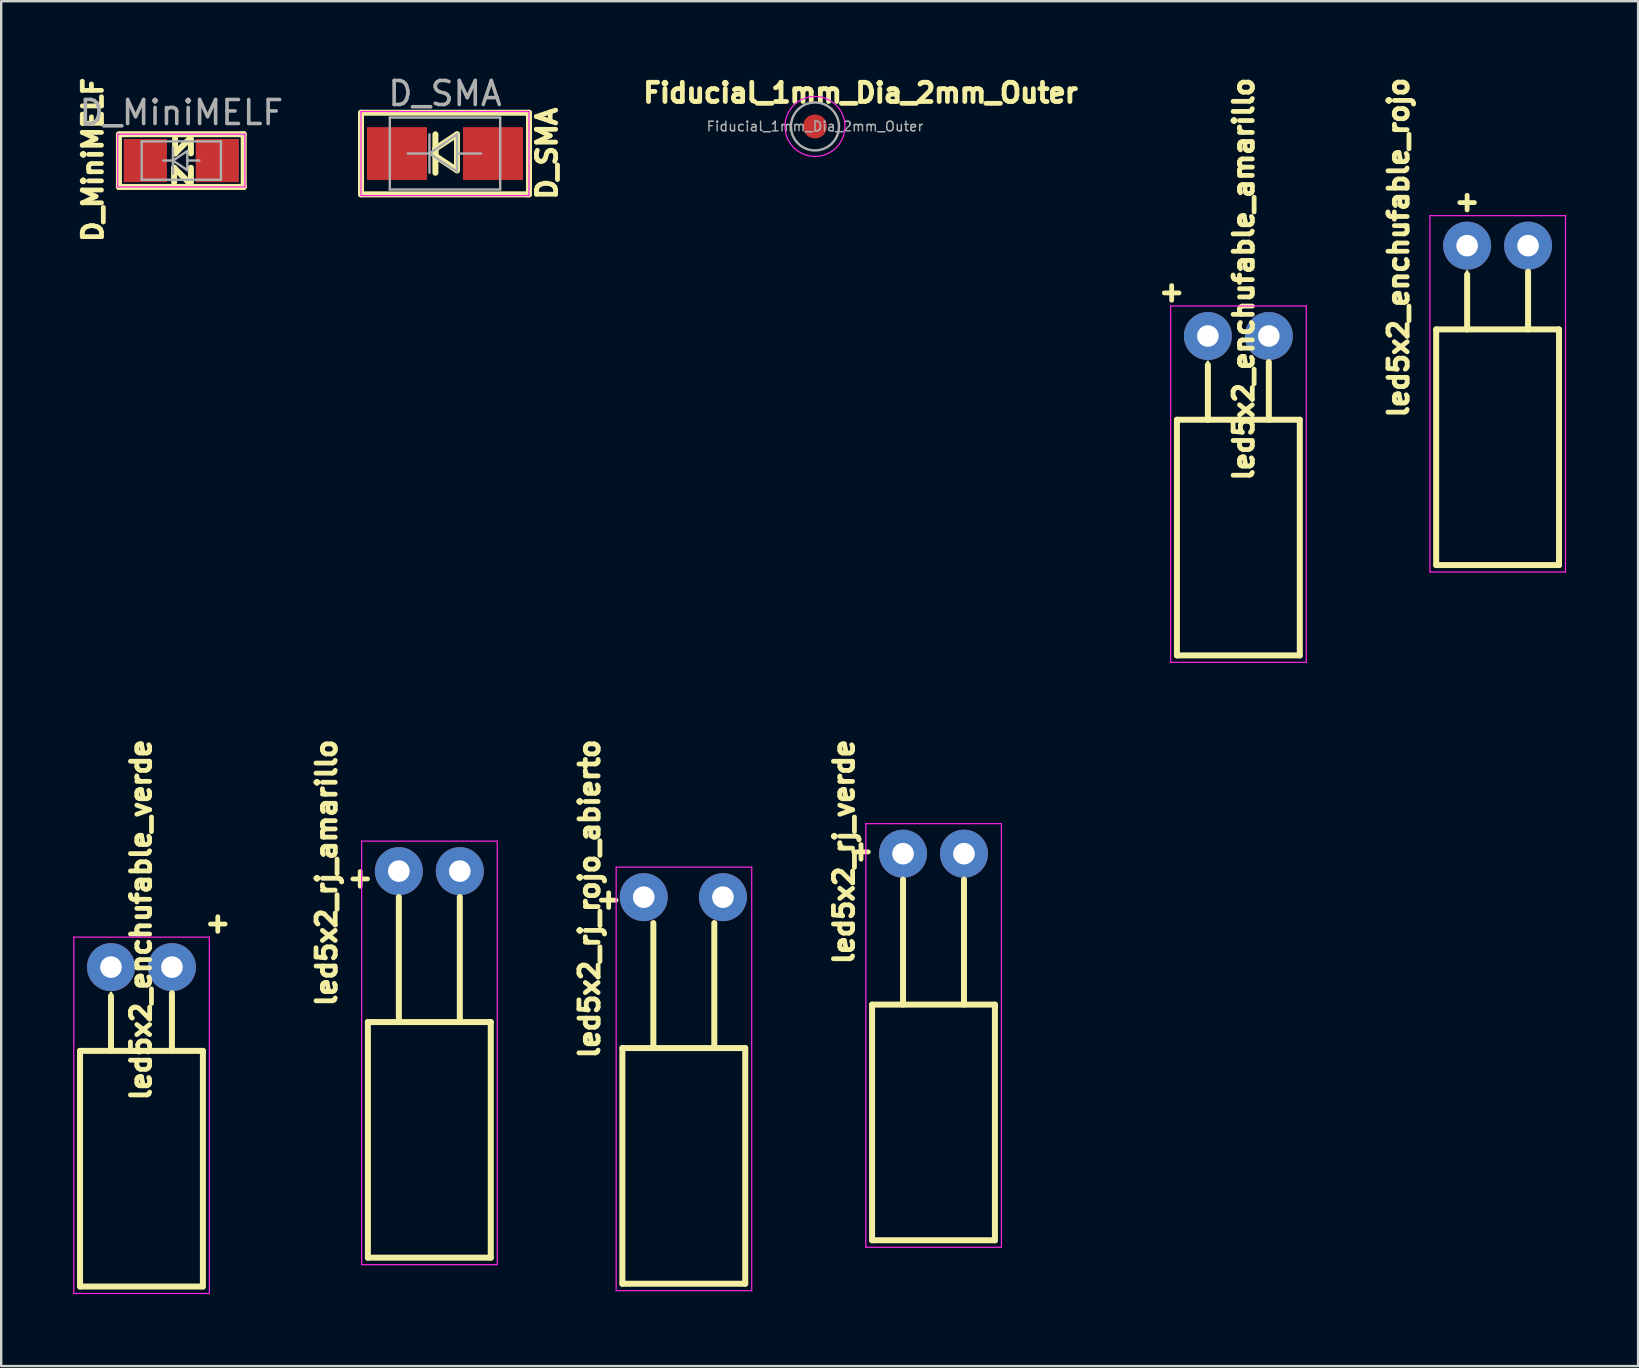
<source format=kicad_pcb>
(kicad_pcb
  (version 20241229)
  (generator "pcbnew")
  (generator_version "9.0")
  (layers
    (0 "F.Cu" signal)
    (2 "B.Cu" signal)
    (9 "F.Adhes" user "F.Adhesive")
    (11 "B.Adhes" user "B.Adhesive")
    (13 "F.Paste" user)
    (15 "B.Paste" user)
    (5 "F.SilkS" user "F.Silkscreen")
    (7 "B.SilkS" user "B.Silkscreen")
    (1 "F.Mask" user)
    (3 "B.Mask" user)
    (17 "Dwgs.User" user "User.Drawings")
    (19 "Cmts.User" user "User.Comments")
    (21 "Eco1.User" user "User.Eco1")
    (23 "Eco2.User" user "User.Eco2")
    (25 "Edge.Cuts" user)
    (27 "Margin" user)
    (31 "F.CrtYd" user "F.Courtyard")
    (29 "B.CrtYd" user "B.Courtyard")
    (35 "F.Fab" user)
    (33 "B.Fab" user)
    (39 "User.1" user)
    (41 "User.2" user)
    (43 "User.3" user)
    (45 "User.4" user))
  (footprint "led5x2_enchufable_verde"
    (layer "F.Cu")
    (at 1.575 37.252)
    (property "Reference" "led5x2_enchufable_verde" (at 1.251 -1.97 90) (layer "F.SilkS") (effects (font (size 0.8 0.8) (thickness 0.2))))
    (attr through_hole)
    (fp_line (start -1.29 3.49) (end -1.29 13.31) (stroke (width 0.25) (type solid)) (layer "F.SilkS"))
    (fp_line (start -1.29 13.31) (end 3.83 13.31) (stroke (width 0.25) (type solid)) (layer "F.SilkS"))
    (fp_line (start 0 1.08) (end 0 1.08) (stroke (width 0.12) (type solid)) (layer "F.SilkS"))
    (fp_line (start 0 3.49) (end 0 1.206) (stroke (width 0.25) (type solid)) (layer "F.SilkS"))
    (fp_line (start 0 3.49) (end 0 3.49) (stroke (width 0.12) (type solid)) (layer "F.SilkS"))
    (fp_line (start 2.54 1.08) (end 2.54 1.08) (stroke (width 0.12) (type solid)) (layer "F.SilkS"))
    (fp_line (start 2.54 3.49) (end 2.54 1.086) (stroke (width 0.25) (type solid)) (layer "F.SilkS"))
    (fp_line (start 2.54 3.49) (end 2.54 3.49) (stroke (width 0.12) (type solid)) (layer "F.SilkS"))
    (fp_line (start 3.83 3.49) (end -1.29 3.49) (stroke (width 0.25) (type solid)) (layer "F.SilkS"))
    (fp_line (start 3.83 13.31) (end 3.83 3.49) (stroke (width 0.25) (type solid)) (layer "F.SilkS"))
    (fp_line (start -1.55 -1.26) (end -1.55 13.6) (stroke (width 0.05) (type solid)) (layer "F.CrtYd"))
    (fp_line (start -1.55 13.6) (end 4.1 13.6) (stroke (width 0.05) (type solid)) (layer "F.CrtYd"))
    (fp_line (start 4.1 -1.25) (end -1.55 -1.25) (stroke (width 0.05) (type solid)) (layer "F.CrtYd"))
    (fp_line (start 4.1 13.6) (end 4.1 -1.25) (stroke (width 0.05) (type solid)) (layer "F.CrtYd"))
    (fp_line (start 0 0) (end 0 0) (stroke (width 0.1) (type solid)) (layer "F.Fab"))
    (fp_line (start 2.54 0) (end 2.54 0) (stroke (width 0.1) (type solid)) (layer "F.Fab"))
    (fp_text user "+" (at 4.451 -1.85 0) (layer "F.SilkS") (effects (font (size 0.8 0.8) (thickness 0.2))))
    (pad "1" thru_hole circle (at 0 0) (size 2 2) (drill 0.9) (layers "*.Cu" "*.Mask"))
    (pad "2" thru_hole circle (at 2.54 0) (size 2 2) (drill 0.9) (layers "*.Cu" "*.Mask")))
  (footprint "led5x2_rj_amarillo"
    (layer "F.Cu")
    (at 13.571 33.251)
    (property "Reference" "led5x2_rj_amarillo" (at -3.011 0.07 90) (layer "F.SilkS") (effects (font (size 0.8 0.8) (thickness 0.2))))
    (attr through_hole)
    (fp_line (start -1.29 6.29) (end -1.29 16.11) (stroke (width 0.25) (type solid)) (layer "F.SilkS"))
    (fp_line (start -1.29 16.11) (end 3.83 16.11) (stroke (width 0.25) (type solid)) (layer "F.SilkS"))
    (fp_line (start 0 1.08) (end 0 1.08) (stroke (width 0.12) (type solid)) (layer "F.SilkS"))
    (fp_line (start 0 1.08) (end 0 6.29) (stroke (width 0.25) (type solid)) (layer "F.SilkS"))
    (fp_line (start 0 6.29) (end 0 6.29) (stroke (width 0.12) (type solid)) (layer "F.SilkS"))
    (fp_line (start 2.54 1.08) (end 2.54 1.08) (stroke (width 0.12) (type solid)) (layer "F.SilkS"))
    (fp_line (start 2.54 1.08) (end 2.54 6.29) (stroke (width 0.25) (type solid)) (layer "F.SilkS"))
    (fp_line (start 2.54 6.29) (end 2.54 6.29) (stroke (width 0.12) (type solid)) (layer "F.SilkS"))
    (fp_line (start 3.83 6.29) (end -1.29 6.29) (stroke (width 0.25) (type solid)) (layer "F.SilkS"))
    (fp_line (start 3.83 16.11) (end 3.83 6.29) (stroke (width 0.25) (type solid)) (layer "F.SilkS"))
    (fp_line (start -1.55 -1.25) (end -1.55 16.4) (stroke (width 0.05) (type solid)) (layer "F.CrtYd"))
    (fp_line (start -1.55 16.4) (end 4.1 16.4) (stroke (width 0.05) (type solid)) (layer "F.CrtYd"))
    (fp_line (start 4.1 -1.25) (end -1.55 -1.25) (stroke (width 0.05) (type solid)) (layer "F.CrtYd"))
    (fp_line (start 4.1 16.4) (end 4.1 -1.25) (stroke (width 0.05) (type solid)) (layer "F.CrtYd"))
    (fp_line (start 0 0) (end 0 0) (stroke (width 0.1) (type solid)) (layer "F.Fab"))
    (fp_line (start 2.54 0) (end 2.54 0) (stroke (width 0.1) (type solid)) (layer "F.Fab"))
    (fp_text user "+" (at -1.611 0.27 0) (layer "F.SilkS") (effects (font (size 0.8 0.8) (thickness 0.2))))
    (pad "1" thru_hole circle (at 0 0) (size 2 2) (drill 0.9) (layers "*.Cu" "*.Mask"))
    (pad "2" thru_hole circle (at 2.54 0) (size 2 2) (drill 0.9) (layers "*.Cu" "*.Mask")))
  (footprint "D_MiniMELF"
    (layer "F.Cu")
    (at 4.506 3.641)
    (property "Reference" "D_MiniMELF" (at -3.687 -0.03 270) (layer "F.SilkS") (effects (font (size 0.8 0.8) (thickness 0.2))))
    (attr smd)
    (fp_line (start -2.6 -1.1) (end -2.6 1.1) (stroke (width 0.25) (type solid)) (layer "F.SilkS"))
    (fp_line (start -2.6 1.1) (end 2.6 1.1) (stroke (width 0.25) (type solid)) (layer "F.SilkS"))
    (fp_line (start -0.3 0.3) (end -0.3 0.9) (stroke (width 0.25) (type solid)) (layer "F.SilkS"))
    (fp_line (start -0.26 -0.301) (end -0.26 -0.901) (stroke (width 0.25) (type solid)) (layer "F.SilkS"))
    (fp_line (start 0.3 0.9) (end -0.3 0.3) (stroke (width 0.25) (type solid)) (layer "F.SilkS"))
    (fp_line (start 0.34 -0.901) (end -0.26 -0.301) (stroke (width 0.25) (type solid)) (layer "F.SilkS"))
    (fp_line (start 0.4 -0.9) (end 0.4 -0.3) (stroke (width 0.25) (type solid)) (layer "F.SilkS"))
    (fp_line (start 0.4 0.9) (end 0.4 0.3) (stroke (width 0.25) (type solid)) (layer "F.SilkS"))
    (fp_line (start 2.6 -1.1) (end -2.5 -1.1) (stroke (width 0.25) (type solid)) (layer "F.SilkS"))
    (fp_line (start 2.6 1.1) (end 2.6 -1.1) (stroke (width 0.25) (type solid)) (layer "F.SilkS"))
    (fp_line (start -2.65 -1.1) (end 2.65 -1.1) (stroke (width 0.05) (type solid)) (layer "F.CrtYd"))
    (fp_line (start -2.65 1.1) (end -2.65 -1.1) (stroke (width 0.05) (type solid)) (layer "F.CrtYd"))
    (fp_line (start 2.65 -1.1) (end 2.65 1.1) (stroke (width 0.05) (type solid)) (layer "F.CrtYd"))
    (fp_line (start 2.65 1.1) (end -2.65 1.1) (stroke (width 0.05) (type solid)) (layer "F.CrtYd"))
    (fp_line (start -1.65 -0.8) (end 1.65 -0.8) (stroke (width 0.1) (type solid)) (layer "F.Fab"))
    (fp_line (start -1.65 0.8) (end -1.65 -0.8) (stroke (width 0.1) (type solid)) (layer "F.Fab"))
    (fp_line (start -0.75 0) (end -0.35 0) (stroke (width 0.1) (type solid)) (layer "F.Fab"))
    (fp_line (start -0.35 0) (end -0.35 -0.55) (stroke (width 0.1) (type solid)) (layer "F.Fab"))
    (fp_line (start -0.35 0) (end -0.35 0.55) (stroke (width 0.1) (type solid)) (layer "F.Fab"))
    (fp_line (start -0.35 0) (end 0.25 -0.4) (stroke (width 0.1) (type solid)) (layer "F.Fab"))
    (fp_line (start 0.25 -0.4) (end 0.25 0.4) (stroke (width 0.1) (type solid)) (layer "F.Fab"))
    (fp_line (start 0.25 0) (end 0.75 0) (stroke (width 0.1) (type solid)) (layer "F.Fab"))
    (fp_line (start 0.25 0.4) (end -0.35 0) (stroke (width 0.1) (type solid)) (layer "F.Fab"))
    (fp_line (start 1.65 -0.8) (end 1.65 0.8) (stroke (width 0.1) (type solid)) (layer "F.Fab"))
    (fp_line (start 1.65 0.8) (end -1.65 0.8) (stroke (width 0.1) (type solid)) (layer "F.Fab"))
    (fp_text user "${REFERENCE}" (at 0 -2 0) (layer "F.Fab") (effects (font (size 1 1) (thickness 0.15))))
    (pad "1" smd rect (at -1.5 0) (size 1.8 1.8) (layers "F.Cu" "F.Mask" "F.Paste"))
    (pad "2" smd rect (at 1.5 0) (size 1.8 1.8) (layers "F.Cu" "F.Mask" "F.Paste")))
  (footprint "led5x2_rj_verde"
    (layer "F.Cu")
    (at 34.581 32.525)
    (property "Reference" "led5x2_rj_verde" (at -2.461 -0.08 90) (layer "F.SilkS") (effects (font (size 0.8 0.8) (thickness 0.2))))
    (attr through_hole)
    (fp_line (start -1.29 6.29) (end -1.29 16.11) (stroke (width 0.25) (type solid)) (layer "F.SilkS"))
    (fp_line (start -1.29 16.11) (end 3.83 16.11) (stroke (width 0.25) (type solid)) (layer "F.SilkS"))
    (fp_line (start 0 1.08) (end 0 1.08) (stroke (width 0.12) (type solid)) (layer "F.SilkS"))
    (fp_line (start 0 1.08) (end 0 6.29) (stroke (width 0.25) (type solid)) (layer "F.SilkS"))
    (fp_line (start 0 6.29) (end 0 6.29) (stroke (width 0.12) (type solid)) (layer "F.SilkS"))
    (fp_line (start 2.54 1.08) (end 2.54 1.08) (stroke (width 0.12) (type solid)) (layer "F.SilkS"))
    (fp_line (start 2.54 1.08) (end 2.54 6.29) (stroke (width 0.25) (type solid)) (layer "F.SilkS"))
    (fp_line (start 2.54 6.29) (end 2.54 6.29) (stroke (width 0.12) (type solid)) (layer "F.SilkS"))
    (fp_line (start 3.83 6.29) (end -1.29 6.29) (stroke (width 0.25) (type solid)) (layer "F.SilkS"))
    (fp_line (start 3.83 16.11) (end 3.83 6.29) (stroke (width 0.25) (type solid)) (layer "F.SilkS"))
    (fp_line (start -1.55 -1.25) (end -1.55 16.4) (stroke (width 0.05) (type solid)) (layer "F.CrtYd"))
    (fp_line (start -1.55 16.4) (end 4.1 16.4) (stroke (width 0.05) (type solid)) (layer "F.CrtYd"))
    (fp_line (start 4.1 -1.25) (end -1.55 -1.25) (stroke (width 0.05) (type solid)) (layer "F.CrtYd"))
    (fp_line (start 4.1 16.4) (end 4.1 -1.25) (stroke (width 0.05) (type solid)) (layer "F.CrtYd"))
    (fp_line (start 0 0) (end 0 0) (stroke (width 0.1) (type solid)) (layer "F.Fab"))
    (fp_line (start 2.54 0) (end 2.54 0) (stroke (width 0.1) (type solid)) (layer "F.Fab"))
    (fp_text user "+" (at -1.751 -0.13 0) (layer "F.SilkS") (effects (font (size 0.8 0.8) (thickness 0.2))))
    (pad "1" thru_hole circle (at 0 0) (size 2 2) (drill 0.9) (layers "*.Cu" "*.Mask"))
    (pad "2" thru_hole circle (at 2.54 0) (size 2 2) (drill 0.9) (layers "*.Cu" "*.Mask")))
  (footprint "Fiducial_1mm_Dia_2mm_Outer"
    (layer "F.Cu")
    (at 30.912 2.219)
    (property "Reference" "Fiducial_1mm_Dia_2mm_Outer" (at 1.9 -1.4 0) (layer "F.SilkS") (effects (font (size 0.8 0.8) (thickness 0.2))))
    (attr exclude_from_pos_files exclude_from_bom)
    (fp_circle (center 0 0) (end 1.25 0) (stroke (width 0.05) (type solid)) (fill no) (layer "F.CrtYd"))
    (fp_circle (center 0 0) (end 1 0) (stroke (width 0.1) (type solid)) (fill no) (layer "F.Fab"))
    (fp_text user "${REFERENCE}" (at 0 0 0) (layer "F.Fab") (effects (font (size 0.4 0.4) (thickness 0.06))))
    (pad "~" smd circle (at 0 0) (size 1 1) (layers "F.Cu" "F.Mask")))
  (footprint "led5x2_rj_rojo_abierto"
    (layer "F.Cu")
    (at 24.176 34.336)
    (property "Reference" "led5x2_rj_rojo_abierto" (at -2.661 0.07 90) (layer "F.SilkS") (effects (font (size 0.8 0.8) (thickness 0.2))))
    (attr through_hole)
    (fp_line (start -1.29 6.29) (end -1.29 16.11) (stroke (width 0.25) (type solid)) (layer "F.SilkS"))
    (fp_line (start -1.29 16.11) (end 3.83 16.11) (stroke (width 0.25) (type solid)) (layer "F.SilkS"))
    (fp_line (start 0 1.08) (end 0 1.08) (stroke (width 0.12) (type solid)) (layer "F.SilkS"))
    (fp_line (start 0 1.08) (end 0 6.29) (stroke (width 0.25) (type solid)) (layer "F.SilkS"))
    (fp_line (start 0 6.29) (end 0 6.29) (stroke (width 0.12) (type solid)) (layer "F.SilkS"))
    (fp_line (start 2.54 1.08) (end 2.54 1.08) (stroke (width 0.12) (type solid)) (layer "F.SilkS"))
    (fp_line (start 2.54 1.08) (end 2.54 6.29) (stroke (width 0.25) (type solid)) (layer "F.SilkS"))
    (fp_line (start 2.54 6.29) (end 2.54 6.29) (stroke (width 0.12) (type solid)) (layer "F.SilkS"))
    (fp_line (start 3.83 6.29) (end -1.29 6.29) (stroke (width 0.25) (type solid)) (layer "F.SilkS"))
    (fp_line (start 3.83 16.11) (end 3.83 6.29) (stroke (width 0.25) (type solid)) (layer "F.SilkS"))
    (fp_line (start -1.55 -1.25) (end -1.55 16.4) (stroke (width 0.05) (type solid)) (layer "F.CrtYd"))
    (fp_line (start -1.55 16.4) (end 4.1 16.4) (stroke (width 0.05) (type solid)) (layer "F.CrtYd"))
    (fp_line (start 4.1 -1.25) (end -1.55 -1.25) (stroke (width 0.05) (type solid)) (layer "F.CrtYd"))
    (fp_line (start 4.1 16.4) (end 4.1 -1.25) (stroke (width 0.05) (type solid)) (layer "F.CrtYd"))
    (fp_line (start 0 0) (end 0 0) (stroke (width 0.1) (type solid)) (layer "F.Fab"))
    (fp_line (start 2.54 0) (end 2.54 0) (stroke (width 0.1) (type solid)) (layer "F.Fab"))
    (fp_text user "+" (at -1.861 0.07 0) (layer "F.SilkS") (effects (font (size 0.8 0.8) (thickness 0.2))))
    (pad "1" thru_hole circle (at -0.4 0) (size 2 2) (drill 0.9) (layers "*.Cu" "*.Mask"))
    (pad "2" thru_hole circle (at 2.9 0) (size 2 2) (drill 0.9) (layers "*.Cu" "*.Mask")))
  (footprint "D_SMA"
    (layer "F.Cu")
    (at 15.494 3.348)
    (property "Reference" "D_SMA" (at 4.251 0 270) (layer "F.SilkS") (effects (font (size 0.8 0.8) (thickness 0.2))))
    (attr smd)
    (fp_line (start -3.5 -1.7) (end -3.5 1.7) (stroke (width 0.25) (type solid)) (layer "F.SilkS"))
    (fp_line (start -3.5 1.7) (end 3.4 1.7) (stroke (width 0.25) (type solid)) (layer "F.SilkS"))
    (fp_line (start -0.4 -0.8) (end -0.4 0.8) (stroke (width 0.25) (type solid)) (layer "F.SilkS"))
    (fp_line (start -0.4 -0.2) (end -0.4 0.1) (stroke (width 0.25) (type solid)) (layer "F.SilkS"))
    (fp_line (start -0.4 0.1) (end 0.5 0.7) (stroke (width 0.25) (type solid)) (layer "F.SilkS"))
    (fp_line (start 0.5 -0.8) (end -0.4 -0.2) (stroke (width 0.25) (type solid)) (layer "F.SilkS"))
    (fp_line (start 0.5 0.7) (end 0.5 -0.8) (stroke (width 0.25) (type solid)) (layer "F.SilkS"))
    (fp_line (start 3.4 1.7) (end 3.5 1.7) (stroke (width 0.25) (type solid)) (layer "F.SilkS"))
    (fp_line (start 3.5 -1.7) (end -3.5 -1.7) (stroke (width 0.25) (type solid)) (layer "F.SilkS"))
    (fp_line (start 3.5 1.7) (end 3.5 -1.7) (stroke (width 0.25) (type solid)) (layer "F.SilkS"))
    (fp_line (start -3.5 -1.75) (end 3.5 -1.75) (stroke (width 0.05) (type solid)) (layer "F.CrtYd"))
    (fp_line (start -3.5 1.75) (end -3.5 -1.75) (stroke (width 0.05) (type solid)) (layer "F.CrtYd"))
    (fp_line (start 3.5 -1.75) (end 3.5 1.75) (stroke (width 0.05) (type solid)) (layer "F.CrtYd"))
    (fp_line (start 3.5 1.75) (end -3.5 1.75) (stroke (width 0.05) (type solid)) (layer "F.CrtYd"))
    (fp_line (start -2.3 1.5) (end -2.3 -1.5) (stroke (width 0.1) (type solid)) (layer "F.Fab"))
    (fp_line (start -0.649 -0.799) (end -0.649 0.801) (stroke (width 0.1) (type solid)) (layer "F.Fab"))
    (fp_line (start -0.649 0.001) (end -1.551 0.001) (stroke (width 0.1) (type solid)) (layer "F.Fab"))
    (fp_line (start -0.649 0.001) (end 0.501 -0.799) (stroke (width 0.1) (type solid)) (layer "F.Fab"))
    (fp_line (start -0.649 0.001) (end 0.501 0.75) (stroke (width 0.1) (type solid)) (layer "F.Fab"))
    (fp_line (start 0.501 0.001) (end 1.499 0.001) (stroke (width 0.1) (type solid)) (layer "F.Fab"))
    (fp_line (start 0.501 0.75) (end 0.501 -0.799) (stroke (width 0.1) (type solid)) (layer "F.Fab"))
    (fp_line (start 2.3 -1.5) (end -2.3 -1.5) (stroke (width 0.1) (type solid)) (layer "F.Fab"))
    (fp_line (start 2.3 -1.5) (end 2.3 1.5) (stroke (width 0.1) (type solid)) (layer "F.Fab"))
    (fp_line (start 2.3 1.5) (end -2.3 1.5) (stroke (width 0.1) (type solid)) (layer "F.Fab"))
    (fp_text user "${REFERENCE}" (at 0 -2.5 0) (layer "F.Fab") (effects (font (size 1 1) (thickness 0.15))))
    (pad "1" smd rect (at -2 0) (size 2.5 2.2) (layers "F.Cu" "F.Mask" "F.Paste"))
    (pad "2" smd rect (at 2 0) (size 2.5 2.2) (layers "F.Cu" "F.Mask" "F.Paste")))
  (footprint "led5x2_enchufable_rojo"
    (layer "F.Cu")
    (at 58.088 7.187)
    (property "Reference" "led5x2_enchufable_rojo" (at -2.859 0.08 90) (layer "F.SilkS") (effects (font (size 0.8 0.8) (thickness 0.2))))
    (attr through_hole)
    (fp_line (start -1.29 3.49) (end -1.29 13.31) (stroke (width 0.25) (type solid)) (layer "F.SilkS"))
    (fp_line (start -1.29 13.31) (end 3.83 13.31) (stroke (width 0.25) (type solid)) (layer "F.SilkS"))
    (fp_line (start 0 1.08) (end 0 1.08) (stroke (width 0.12) (type solid)) (layer "F.SilkS"))
    (fp_line (start 0 3.49) (end 0 1.206) (stroke (width 0.25) (type solid)) (layer "F.SilkS"))
    (fp_line (start 0 3.49) (end 0 3.49) (stroke (width 0.12) (type solid)) (layer "F.SilkS"))
    (fp_line (start 2.54 1.08) (end 2.54 1.08) (stroke (width 0.12) (type solid)) (layer "F.SilkS"))
    (fp_line (start 2.54 3.49) (end 2.54 1.086) (stroke (width 0.25) (type solid)) (layer "F.SilkS"))
    (fp_line (start 2.54 3.49) (end 2.54 3.49) (stroke (width 0.12) (type solid)) (layer "F.SilkS"))
    (fp_line (start 3.83 3.49) (end -1.29 3.49) (stroke (width 0.25) (type solid)) (layer "F.SilkS"))
    (fp_line (start 3.83 13.31) (end 3.83 3.49) (stroke (width 0.25) (type solid)) (layer "F.SilkS"))
    (fp_line (start -1.55 -1.26) (end -1.55 13.6) (stroke (width 0.05) (type solid)) (layer "F.CrtYd"))
    (fp_line (start -1.55 13.6) (end 4.1 13.6) (stroke (width 0.05) (type solid)) (layer "F.CrtYd"))
    (fp_line (start 4.1 -1.25) (end -1.55 -1.25) (stroke (width 0.05) (type solid)) (layer "F.CrtYd"))
    (fp_line (start 4.1 13.6) (end 4.1 -1.25) (stroke (width 0.05) (type solid)) (layer "F.CrtYd"))
    (fp_line (start 0 0) (end 0 0) (stroke (width 0.1) (type solid)) (layer "F.Fab"))
    (fp_line (start 2.54 0) (end 2.54 0) (stroke (width 0.1) (type solid)) (layer "F.Fab"))
    (fp_text user "+" (at 0 -1.85 0) (layer "F.SilkS") (effects (font (size 0.8 0.8) (thickness 0.2))))
    (pad "1" thru_hole circle (at 0 0) (size 2 2) (drill 0.9) (layers "*.Cu" "*.Mask"))
    (pad "2" thru_hole circle (at 2.54 0) (size 2 2) (drill 0.9) (layers "*.Cu" "*.Mask")))
  (footprint "led5x2_enchufable_amarillo"
    (layer "F.Cu")
    (at 47.285 10.952)
    (property "Reference" "led5x2_enchufable_amarillo" (at 1.491 -2.37 90) (layer "F.SilkS") (effects (font (size 0.8 0.8) (thickness 0.2))))
    (attr through_hole)
    (fp_line (start -1.29 3.49) (end -1.29 13.31) (stroke (width 0.25) (type solid)) (layer "F.SilkS"))
    (fp_line (start -1.29 13.31) (end 3.83 13.31) (stroke (width 0.25) (type solid)) (layer "F.SilkS"))
    (fp_line (start 0 1.08) (end 0 1.08) (stroke (width 0.12) (type solid)) (layer "F.SilkS"))
    (fp_line (start 0 3.49) (end 0 1.206) (stroke (width 0.25) (type solid)) (layer "F.SilkS"))
    (fp_line (start 0 3.49) (end 0 3.49) (stroke (width 0.12) (type solid)) (layer "F.SilkS"))
    (fp_line (start 2.54 1.08) (end 2.54 1.08) (stroke (width 0.12) (type solid)) (layer "F.SilkS"))
    (fp_line (start 2.54 3.49) (end 2.54 1.086) (stroke (width 0.25) (type solid)) (layer "F.SilkS"))
    (fp_line (start 2.54 3.49) (end 2.54 3.49) (stroke (width 0.12) (type solid)) (layer "F.SilkS"))
    (fp_line (start 3.83 3.49) (end -1.29 3.49) (stroke (width 0.25) (type solid)) (layer "F.SilkS"))
    (fp_line (start 3.83 13.31) (end 3.83 3.49) (stroke (width 0.25) (type solid)) (layer "F.SilkS"))
    (fp_line (start -1.55 -1.26) (end -1.55 13.6) (stroke (width 0.05) (type solid)) (layer "F.CrtYd"))
    (fp_line (start -1.55 13.6) (end 4.1 13.6) (stroke (width 0.05) (type solid)) (layer "F.CrtYd"))
    (fp_line (start 4.1 -1.25) (end -1.55 -1.25) (stroke (width 0.05) (type solid)) (layer "F.CrtYd"))
    (fp_line (start 4.1 13.6) (end 4.1 -1.25) (stroke (width 0.05) (type solid)) (layer "F.CrtYd"))
    (fp_line (start 0 0) (end 0 0) (stroke (width 0.1) (type solid)) (layer "F.Fab"))
    (fp_line (start 2.54 0) (end 2.54 0) (stroke (width 0.1) (type solid)) (layer "F.Fab"))
    (fp_text user "+" (at -1.509 -1.85 0) (layer "F.SilkS") (effects (font (size 0.8 0.8) (thickness 0.2))))
    (pad "1" thru_hole circle (at 0 0) (size 2 2) (drill 0.9) (layers "*.Cu" "*.Mask"))
    (pad "2" thru_hole circle (at 2.54 0) (size 2 2) (drill 0.9) (layers "*.Cu" "*.Mask")))
  (gr_rect
    (start -3 -3)
    (end 65.213 53.877)
    (stroke (width 0.1) (type default))
    (fill no)
    (layer "Edge.Cuts")))
</source>
